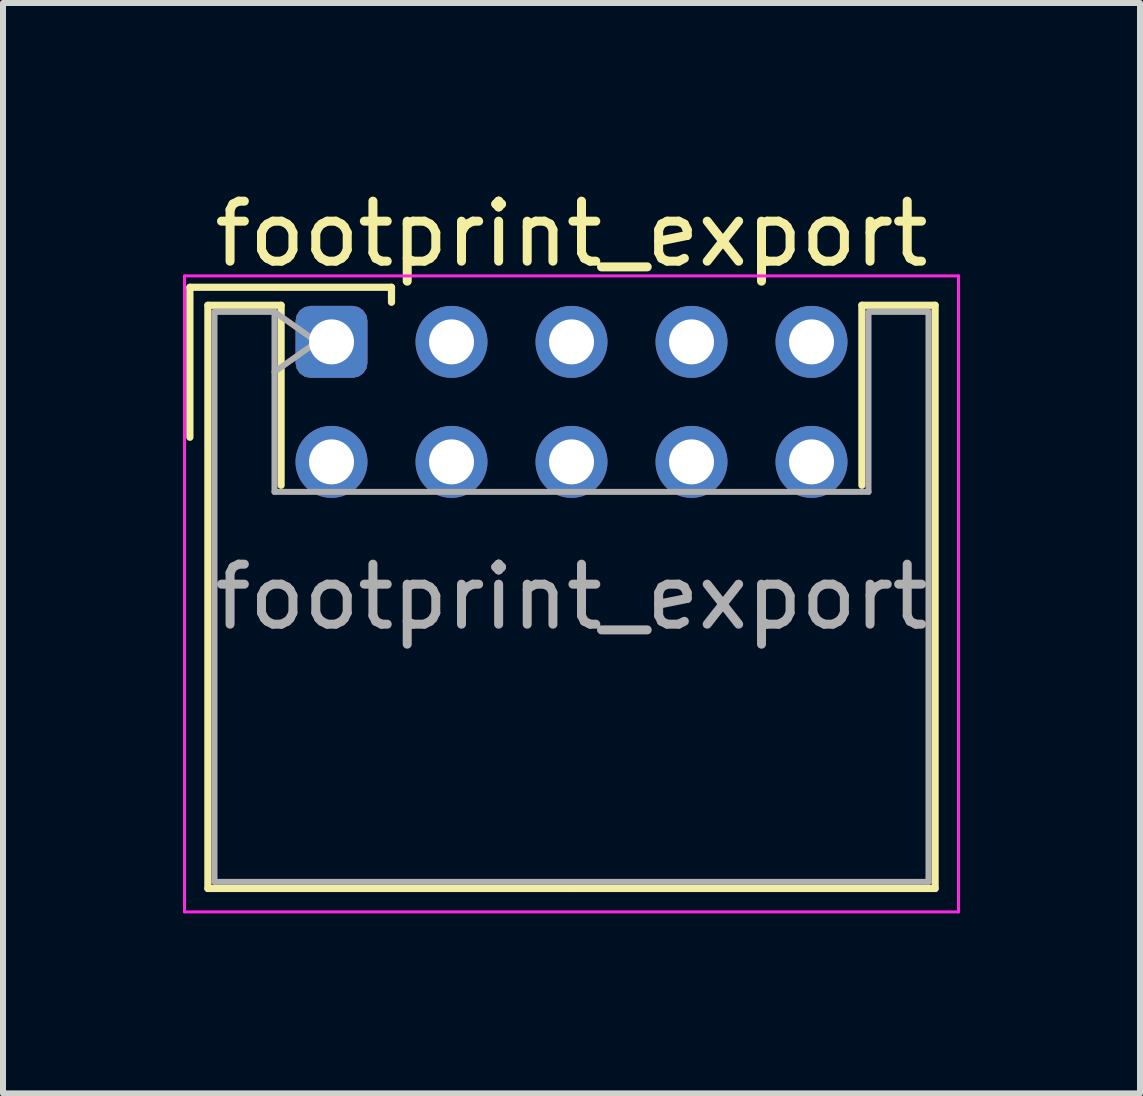
<source format=kicad_pcb>
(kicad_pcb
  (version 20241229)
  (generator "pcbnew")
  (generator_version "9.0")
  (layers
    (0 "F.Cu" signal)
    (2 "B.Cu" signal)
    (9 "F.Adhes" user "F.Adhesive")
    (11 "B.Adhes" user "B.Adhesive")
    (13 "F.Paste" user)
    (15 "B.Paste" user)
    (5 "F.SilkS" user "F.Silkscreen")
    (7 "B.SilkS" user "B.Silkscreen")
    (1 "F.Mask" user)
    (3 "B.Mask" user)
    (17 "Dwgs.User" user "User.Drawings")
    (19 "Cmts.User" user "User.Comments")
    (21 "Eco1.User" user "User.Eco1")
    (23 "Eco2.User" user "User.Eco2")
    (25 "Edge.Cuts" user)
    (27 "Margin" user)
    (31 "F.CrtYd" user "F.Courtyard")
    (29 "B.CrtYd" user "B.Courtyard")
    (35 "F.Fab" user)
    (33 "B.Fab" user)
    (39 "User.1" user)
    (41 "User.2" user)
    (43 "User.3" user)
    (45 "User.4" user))
  (footprint "footprint_export"
    (layer "F.Cu")
    (at 2.475 2.648)
    (property "Reference" "footprint_export" (at 4 -1.8 0) (layer "F.SilkS") (effects (font (size 1 1) (thickness 0.15))))
    (attr through_hole)
    (fp_line (start -2.36 -0.91) (end -2.36 1.59) (stroke (width 0.12) (type solid)) (layer "F.SilkS"))
    (fp_line (start -2.06 -0.61) (end -2.06 9.11) (stroke (width 0.12) (type solid)) (layer "F.SilkS"))
    (fp_line (start -2.06 9.11) (end 4 9.11) (stroke (width 0.12) (type solid)) (layer "F.SilkS"))
    (fp_line (start -0.84 -0.61) (end -2.06 -0.61) (stroke (width 0.12) (type solid)) (layer "F.SilkS"))
    (fp_line (start -0.84 2.39) (end -0.84 -0.61) (stroke (width 0.12) (type solid)) (layer "F.SilkS"))
    (fp_line (start 1 -0.91) (end -2.36 -0.91) (stroke (width 0.12) (type solid)) (layer "F.SilkS"))
    (fp_line (start 1 -0.66) (end 1 -0.91) (stroke (width 0.12) (type solid)) (layer "F.SilkS"))
    (fp_line (start 8.84 -0.61) (end 10.06 -0.61) (stroke (width 0.12) (type solid)) (layer "F.SilkS"))
    (fp_line (start 8.84 2.39) (end 8.84 -0.61) (stroke (width 0.12) (type solid)) (layer "F.SilkS"))
    (fp_line (start 10.06 -0.61) (end 10.06 9.11) (stroke (width 0.12) (type solid)) (layer "F.SilkS"))
    (fp_line (start 10.06 9.11) (end 4 9.11) (stroke (width 0.12) (type solid)) (layer "F.SilkS"))
    (fp_line (start -2.45 -1.1) (end -2.45 9.5) (stroke (width 0.05) (type solid)) (layer "F.CrtYd"))
    (fp_line (start -2.45 9.5) (end 10.45 9.5) (stroke (width 0.05) (type solid)) (layer "F.CrtYd"))
    (fp_line (start 10.45 -1.1) (end -2.45 -1.1) (stroke (width 0.05) (type solid)) (layer "F.CrtYd"))
    (fp_line (start 10.45 9.5) (end 10.45 -1.1) (stroke (width 0.05) (type solid)) (layer "F.CrtYd"))
    (fp_line (start -1.95 -0.5) (end -0.95 -0.5) (stroke (width 0.1) (type solid)) (layer "F.Fab"))
    (fp_line (start -1.95 9) (end -1.95 -0.5) (stroke (width 0.1) (type solid)) (layer "F.Fab"))
    (fp_line (start -0.95 -0.5) (end -0.95 2.5) (stroke (width 0.1) (type solid)) (layer "F.Fab"))
    (fp_line (start -0.95 -0.5) (end -0.243 0) (stroke (width 0.1) (type solid)) (layer "F.Fab"))
    (fp_line (start -0.95 2.5) (end 8.95 2.5) (stroke (width 0.1) (type solid)) (layer "F.Fab"))
    (fp_line (start -0.243 0) (end -0.95 0.5) (stroke (width 0.1) (type solid)) (layer "F.Fab"))
    (fp_line (start 8.95 -0.5) (end 9.95 -0.5) (stroke (width 0.1) (type solid)) (layer "F.Fab"))
    (fp_line (start 8.95 2.5) (end 8.95 -0.5) (stroke (width 0.1) (type solid)) (layer "F.Fab"))
    (fp_line (start 9.95 -0.5) (end 9.95 9) (stroke (width 0.1) (type solid)) (layer "F.Fab"))
    (fp_line (start 9.95 9) (end -1.95 9) (stroke (width 0.1) (type solid)) (layer "F.Fab"))
    (fp_text user "${REFERENCE}" (at 4 4.25 0) (layer "F.Fab") (effects (font (size 1 1) (thickness 0.15))))
    (pad "1" thru_hole roundrect (at 0 0) (size 1.2 1.2) (drill 0.75) (layers "*.Cu" "*.Mask") (roundrect_rratio 0.208))
    (pad "2" thru_hole circle (at 0 2) (size 1.2 1.2) (drill 0.75) (layers "*.Cu" "*.Mask"))
    (pad "3" thru_hole circle (at 2 0) (size 1.2 1.2) (drill 0.75) (layers "*.Cu" "*.Mask"))
    (pad "4" thru_hole circle (at 2 2) (size 1.2 1.2) (drill 0.75) (layers "*.Cu" "*.Mask"))
    (pad "5" thru_hole circle (at 4 0) (size 1.2 1.2) (drill 0.75) (layers "*.Cu" "*.Mask"))
    (pad "6" thru_hole circle (at 4 2) (size 1.2 1.2) (drill 0.75) (layers "*.Cu" "*.Mask"))
    (pad "7" thru_hole circle (at 6 0) (size 1.2 1.2) (drill 0.75) (layers "*.Cu" "*.Mask"))
    (pad "8" thru_hole circle (at 6 2) (size 1.2 1.2) (drill 0.75) (layers "*.Cu" "*.Mask"))
    (pad "9" thru_hole circle (at 8 0) (size 1.2 1.2) (drill 0.75) (layers "*.Cu" "*.Mask"))
    (pad "10" thru_hole circle (at 8 2) (size 1.2 1.2) (drill 0.75) (layers "*.Cu" "*.Mask")))
  (gr_rect
    (start -3 -3)
    (end 15.95 15.173)
    (stroke (width 0.1) (type default))
    (fill no)
    (layer "Edge.Cuts")))
</source>
